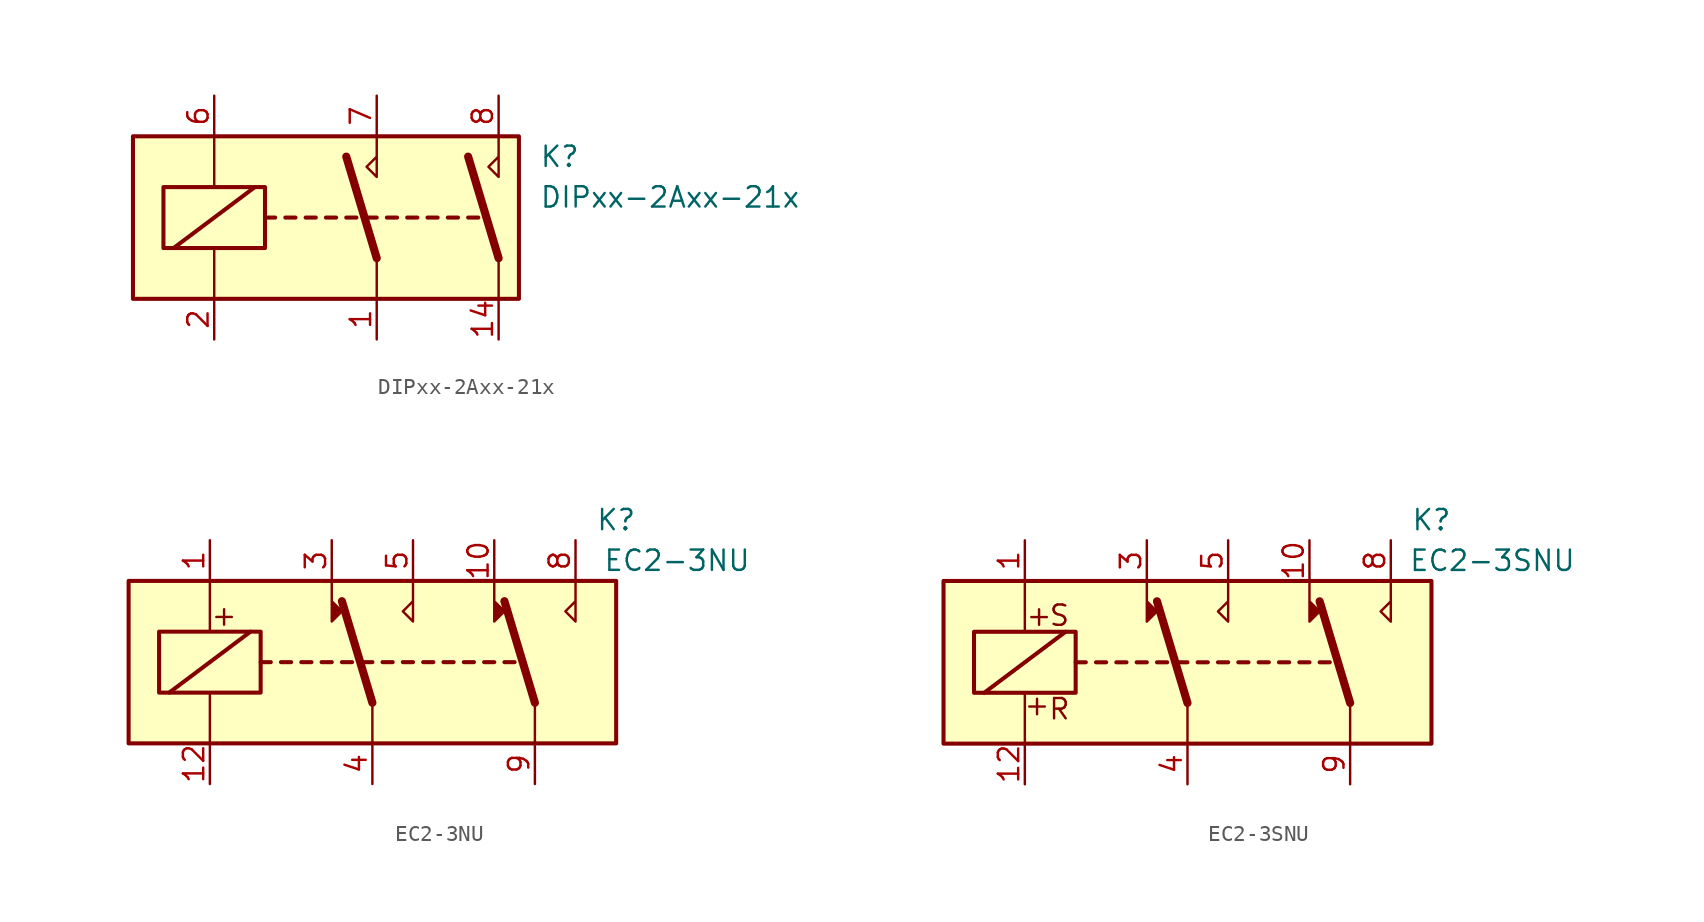
<source format=kicad_sym>
(kicad_symbol_lib
  (version 20201005)
  (generator kicad_symbol_editor)
  (symbol "Relay:DIPxx-2Axx-21x"
    (property "Reference" "K"
      (at 12.7 3.81 0)
      (effects (font (size 1.27 1.27)) (justify left)))
    (property "Value" "DIPxx-2Axx-21x"
      (at 12.7 1.27 0)
      (effects (font (size 1.27 1.27)) (justify left)))
    (symbol "DIPxx-2Axx-21x_0_0"
      (polyline (pts (xy 2.54 5.08) (xy 2.54 2.54) (xy 1.905 3.175) (xy 2.54 3.81)) (stroke (width 0)) (fill (type none)))
      (polyline (pts (xy 10.16 5.08) (xy 10.16 2.54) (xy 9.525 3.175) (xy 10.16 3.81)) (stroke (width 0)) (fill (type none))))
    (symbol "DIPxx-2Axx-21x_0_1"
      (rectangle (start -12.7 5.08) (end 11.43 -5.08) (stroke (width 0.254)) (fill (type background)))
      (rectangle (start -10.795 1.905) (end -4.445 -1.905) (stroke (width 0.254)) (fill (type none)))
      (polyline (pts (xy -10.16 -1.905) (xy -5.08 1.905)) (stroke (width 0.254)) (fill (type none)))
      (polyline (pts (xy -7.62 -5.08) (xy -7.62 -1.905)) (stroke (width 0)) (fill (type none)))
      (polyline (pts (xy -7.62 5.08) (xy -7.62 1.905)) (stroke (width 0)) (fill (type none)))
      (polyline (pts (xy -4.445 0) (xy -3.81 0)) (stroke (width 0.254)) (fill (type none)))
      (polyline (pts (xy -3.175 0) (xy -2.54 0)) (stroke (width 0.254)) (fill (type none)))
      (polyline (pts (xy -1.905 0) (xy -1.27 0)) (stroke (width 0.254)) (fill (type none)))
      (polyline (pts (xy -0.635 0) (xy 0 0)) (stroke (width 0.254)) (fill (type none)))
      (polyline (pts (xy 0.635 0) (xy 1.27 0)) (stroke (width 0.254)) (fill (type none)))
      (polyline (pts (xy 1.905 0) (xy 2.54 0)) (stroke (width 0.254)) (fill (type none)))
      (polyline (pts (xy 2.54 -2.54) (xy 0.635 3.81)) (stroke (width 0.508)) (fill (type none)))
      (polyline (pts (xy 2.54 -2.54) (xy 2.54 -5.08)) (stroke (width 0)) (fill (type none)))
      (polyline (pts (xy 3.175 0) (xy 3.81 0)) (stroke (width 0.254)) (fill (type none)))
      (polyline (pts (xy 4.445 0) (xy 5.08 0)) (stroke (width 0.254)) (fill (type none)))
      (polyline (pts (xy 5.715 0) (xy 6.35 0)) (stroke (width 0.254)) (fill (type none)))
      (polyline (pts (xy 6.985 0) (xy 7.62 0)) (stroke (width 0.254)) (fill (type none)))
      (polyline (pts (xy 8.255 0) (xy 8.89 0)) (stroke (width 0.254)) (fill (type none)))
      (polyline (pts (xy 10.16 -2.54) (xy 8.255 3.81)) (stroke (width 0.508)) (fill (type none)))
      (polyline (pts (xy 10.16 -2.54) (xy 10.16 -5.08)) (stroke (width 0)) (fill (type none))))
    (symbol "DIPxx-2Axx-21x_1_1"
      (pin passive line (at 2.54 -7.62 90) (length 2.54) (name "~" (effects (font (size 1.27 1.27)))) (number "1" (effects (font (size 1.27 1.27)))))
      (pin passive line (at 10.16 -7.62 90) (length 2.54) (name "~" (effects (font (size 1.27 1.27)))) (number "14" (effects (font (size 1.27 1.27)))))
      (pin passive line (at -7.62 -7.62 90) (length 2.54) (name "~" (effects (font (size 1.27 1.27)))) (number "2" (effects (font (size 1.27 1.27)))))
      (pin passive line (at -7.62 7.62 270) (length 2.54) (name "~" (effects (font (size 1.27 1.27)))) (number "6" (effects (font (size 1.27 1.27)))))
      (pin passive line (at 2.54 7.62 270) (length 2.54) (name "~" (effects (font (size 1.27 1.27)))) (number "7" (effects (font (size 1.27 1.27)))))
      (pin passive line (at 10.16 7.62 270) (length 2.54) (name "~" (effects (font (size 1.27 1.27)))) (number "8" (effects (font (size 1.27 1.27)))))))
  (symbol "Relay:EC2-3NU"
    (property "Reference" "K"
      (at 15.24 8.89 0)
      (effects (font (size 1.27 1.27))))
    (property "Value" "EC2-3NU"
      (at 19.05 6.35 0)
      (effects (font (size 1.27 1.27))))
    (symbol "EC2-3NU_1_1"
      (text "+" (at -9.271 2.921 0) (effects (font (size 1.27 1.27))))
      (rectangle (start -15.24 5.08) (end 15.24 -5.08) (stroke (width 0.254)) (fill (type background)))
      (rectangle (start -13.335 1.905) (end -6.985 -1.905) (stroke (width 0.254)) (fill (type none)))
      (polyline (pts (xy -12.7 -1.905) (xy -7.62 1.905)) (stroke (width 0.254)) (fill (type none)))
      (polyline (pts (xy -10.16 -5.08) (xy -10.16 -1.905)) (stroke (width 0)) (fill (type none)))
      (polyline (pts (xy -10.16 5.08) (xy -10.16 1.905)) (stroke (width 0)) (fill (type none)))
      (polyline (pts (xy -6.985 0) (xy -6.35 0)) (stroke (width 0.254)) (fill (type none)))
      (polyline (pts (xy -5.715 0) (xy -5.08 0)) (stroke (width 0.254)) (fill (type none)))
      (polyline (pts (xy -4.445 0) (xy -3.81 0)) (stroke (width 0.254)) (fill (type none)))
      (polyline (pts (xy -3.175 0) (xy -2.54 0)) (stroke (width 0.254)) (fill (type none)))
      (polyline (pts (xy -1.905 0) (xy -1.27 0)) (stroke (width 0.254)) (fill (type none)))
      (polyline (pts (xy -0.635 0) (xy 0 0)) (stroke (width 0.254)) (fill (type none)))
      (polyline (pts (xy 0 -2.54) (xy -1.905 3.81)) (stroke (width 0.508)) (fill (type none)))
      (polyline (pts (xy 0 -2.54) (xy 0 -5.08)) (stroke (width 0)) (fill (type none)))
      (polyline (pts (xy 0.635 0) (xy 1.27 0)) (stroke (width 0.254)) (fill (type none)))
      (polyline (pts (xy 1.905 0) (xy 2.54 0)) (stroke (width 0.254)) (fill (type none)))
      (polyline (pts (xy 3.175 0) (xy 3.81 0)) (stroke (width 0.254)) (fill (type none)))
      (polyline (pts (xy 4.445 0) (xy 5.08 0)) (stroke (width 0.254)) (fill (type none)))
      (polyline (pts (xy 5.715 0) (xy 6.35 0)) (stroke (width 0.254)) (fill (type none)))
      (polyline (pts (xy 6.985 0) (xy 7.62 0)) (stroke (width 0.254)) (fill (type none)))
      (polyline (pts (xy 8.255 0) (xy 8.89 0)) (stroke (width 0.254)) (fill (type none)))
      (polyline (pts (xy 10.16 -2.54) (xy 8.255 3.81)) (stroke (width 0.508)) (fill (type none)))
      (polyline (pts (xy 10.16 -2.54) (xy 10.16 -5.08)) (stroke (width 0)) (fill (type none)))
      (polyline (pts (xy -2.54 5.08) (xy -2.54 2.54) (xy -1.905 3.175) (xy -2.54 3.81)) (stroke (width 0)) (fill (type outline)))
      (polyline (pts (xy 2.54 5.08) (xy 2.54 2.54) (xy 1.905 3.175) (xy 2.54 3.81)) (stroke (width 0)) (fill (type none)))
      (polyline (pts (xy 7.62 5.08) (xy 7.62 2.54) (xy 8.255 3.175) (xy 7.62 3.81)) (stroke (width 0)) (fill (type outline)))
      (polyline (pts (xy 12.7 5.08) (xy 12.7 2.54) (xy 12.065 3.175) (xy 12.7 3.81)) (stroke (width 0)) (fill (type none)))
      (pin passive line (at -10.16 7.62 270) (length 2.54) (name "~" (effects (font (size 1.27 1.27)))) (number "1" (effects (font (size 1.27 1.27)))))
      (pin passive line (at 7.62 7.62 270) (length 2.54) (name "~" (effects (font (size 1.27 1.27)))) (number "10" (effects (font (size 1.27 1.27)))))
      (pin passive line (at -10.16 -7.62 90) (length 2.54) (name "~" (effects (font (size 1.27 1.27)))) (number "12" (effects (font (size 1.27 1.27)))))
      (pin passive line (at -2.54 7.62 270) (length 2.54) (name "~" (effects (font (size 1.27 1.27)))) (number "3" (effects (font (size 1.27 1.27)))))
      (pin passive line (at 0 -7.62 90) (length 2.54) (name "~" (effects (font (size 1.27 1.27)))) (number "4" (effects (font (size 1.27 1.27)))))
      (pin passive line (at 2.54 7.62 270) (length 2.54) (name "~" (effects (font (size 1.27 1.27)))) (number "5" (effects (font (size 1.27 1.27)))))
      (pin passive line (at 12.7 7.62 270) (length 2.54) (name "~" (effects (font (size 1.27 1.27)))) (number "8" (effects (font (size 1.27 1.27)))))
      (pin passive line (at 10.16 -7.62 90) (length 2.54) (name "~" (effects (font (size 1.27 1.27)))) (number "9" (effects (font (size 1.27 1.27)))))))
  (symbol "Relay:EC2-3SNU"
    (property "Reference" "K"
      (at 15.24 8.89 0)
      (effects (font (size 1.27 1.27))))
    (property "Value" "EC2-3SNU"
      (at 19.05 6.35 0)
      (effects (font (size 1.27 1.27))))
    (symbol "EC2-3SNU_0_0"
      (text "S" (at -8.001 2.921 0) (effects (font (size 1.27 1.27)))))
    (symbol "EC2-3SNU_1_1"
      (text "+" (at -9.398 -2.667 0) (effects (font (size 1.27 1.27))))
      (text "+" (at -9.271 2.921 0) (effects (font (size 1.27 1.27))))
      (text "R" (at -8.001 -2.921 0) (effects (font (size 1.27 1.27))))
      (rectangle (start -15.24 5.08) (end 15.24 -5.08) (stroke (width 0.254)) (fill (type background)))
      (rectangle (start -13.335 1.905) (end -6.985 -1.905) (stroke (width 0.254)) (fill (type none)))
      (polyline (pts (xy -12.7 -1.905) (xy -7.62 1.905)) (stroke (width 0.254)) (fill (type none)))
      (polyline (pts (xy -10.16 -5.08) (xy -10.16 -1.905)) (stroke (width 0)) (fill (type none)))
      (polyline (pts (xy -10.16 5.08) (xy -10.16 1.905)) (stroke (width 0)) (fill (type none)))
      (polyline (pts (xy -6.985 0) (xy -6.35 0)) (stroke (width 0.254)) (fill (type none)))
      (polyline (pts (xy -5.715 0) (xy -5.08 0)) (stroke (width 0.254)) (fill (type none)))
      (polyline (pts (xy -4.445 0) (xy -3.81 0)) (stroke (width 0.254)) (fill (type none)))
      (polyline (pts (xy -3.175 0) (xy -2.54 0)) (stroke (width 0.254)) (fill (type none)))
      (polyline (pts (xy -1.905 0) (xy -1.27 0)) (stroke (width 0.254)) (fill (type none)))
      (polyline (pts (xy -0.635 0) (xy 0 0)) (stroke (width 0.254)) (fill (type none)))
      (polyline (pts (xy 0 -2.54) (xy -1.905 3.81)) (stroke (width 0.508)) (fill (type none)))
      (polyline (pts (xy 0 -2.54) (xy 0 -5.08)) (stroke (width 0)) (fill (type none)))
      (polyline (pts (xy 0.635 0) (xy 1.27 0)) (stroke (width 0.254)) (fill (type none)))
      (polyline (pts (xy 1.905 0) (xy 2.54 0)) (stroke (width 0.254)) (fill (type none)))
      (polyline (pts (xy 3.175 0) (xy 3.81 0)) (stroke (width 0.254)) (fill (type none)))
      (polyline (pts (xy 4.445 0) (xy 5.08 0)) (stroke (width 0.254)) (fill (type none)))
      (polyline (pts (xy 5.715 0) (xy 6.35 0)) (stroke (width 0.254)) (fill (type none)))
      (polyline (pts (xy 6.985 0) (xy 7.62 0)) (stroke (width 0.254)) (fill (type none)))
      (polyline (pts (xy 8.255 0) (xy 8.89 0)) (stroke (width 0.254)) (fill (type none)))
      (polyline (pts (xy 10.16 -2.54) (xy 8.255 3.81)) (stroke (width 0.508)) (fill (type none)))
      (polyline (pts (xy 10.16 -2.54) (xy 10.16 -5.08)) (stroke (width 0)) (fill (type none)))
      (polyline (pts (xy -2.54 5.08) (xy -2.54 2.54) (xy -1.905 3.175) (xy -2.54 3.81)) (stroke (width 0)) (fill (type outline)))
      (polyline (pts (xy 2.54 5.08) (xy 2.54 2.54) (xy 1.905 3.175) (xy 2.54 3.81)) (stroke (width 0)) (fill (type none)))
      (polyline (pts (xy 7.62 5.08) (xy 7.62 2.54) (xy 8.255 3.175) (xy 7.62 3.81)) (stroke (width 0)) (fill (type outline)))
      (polyline (pts (xy 12.7 5.08) (xy 12.7 2.54) (xy 12.065 3.175) (xy 12.7 3.81)) (stroke (width 0)) (fill (type none)))
      (pin passive line (at -10.16 7.62 270) (length 2.54) (name "~" (effects (font (size 1.27 1.27)))) (number "1" (effects (font (size 1.27 1.27)))))
      (pin passive line (at 7.62 7.62 270) (length 2.54) (name "~" (effects (font (size 1.27 1.27)))) (number "10" (effects (font (size 1.27 1.27)))))
      (pin passive line (at -10.16 -7.62 90) (length 2.54) (name "~" (effects (font (size 1.27 1.27)))) (number "12" (effects (font (size 1.27 1.27)))))
      (pin passive line (at -2.54 7.62 270) (length 2.54) (name "~" (effects (font (size 1.27 1.27)))) (number "3" (effects (font (size 1.27 1.27)))))
      (pin passive line (at 0 -7.62 90) (length 2.54) (name "~" (effects (font (size 1.27 1.27)))) (number "4" (effects (font (size 1.27 1.27)))))
      (pin passive line (at 2.54 7.62 270) (length 2.54) (name "~" (effects (font (size 1.27 1.27)))) (number "5" (effects (font (size 1.27 1.27)))))
      (pin passive line (at 12.7 7.62 270) (length 2.54) (name "~" (effects (font (size 1.27 1.27)))) (number "8" (effects (font (size 1.27 1.27)))))
      (pin passive line (at 10.16 -7.62 90) (length 2.54) (name "~" (effects (font (size 1.27 1.27)))) (number "9" (effects (font (size 1.27 1.27))))))))
</source>
